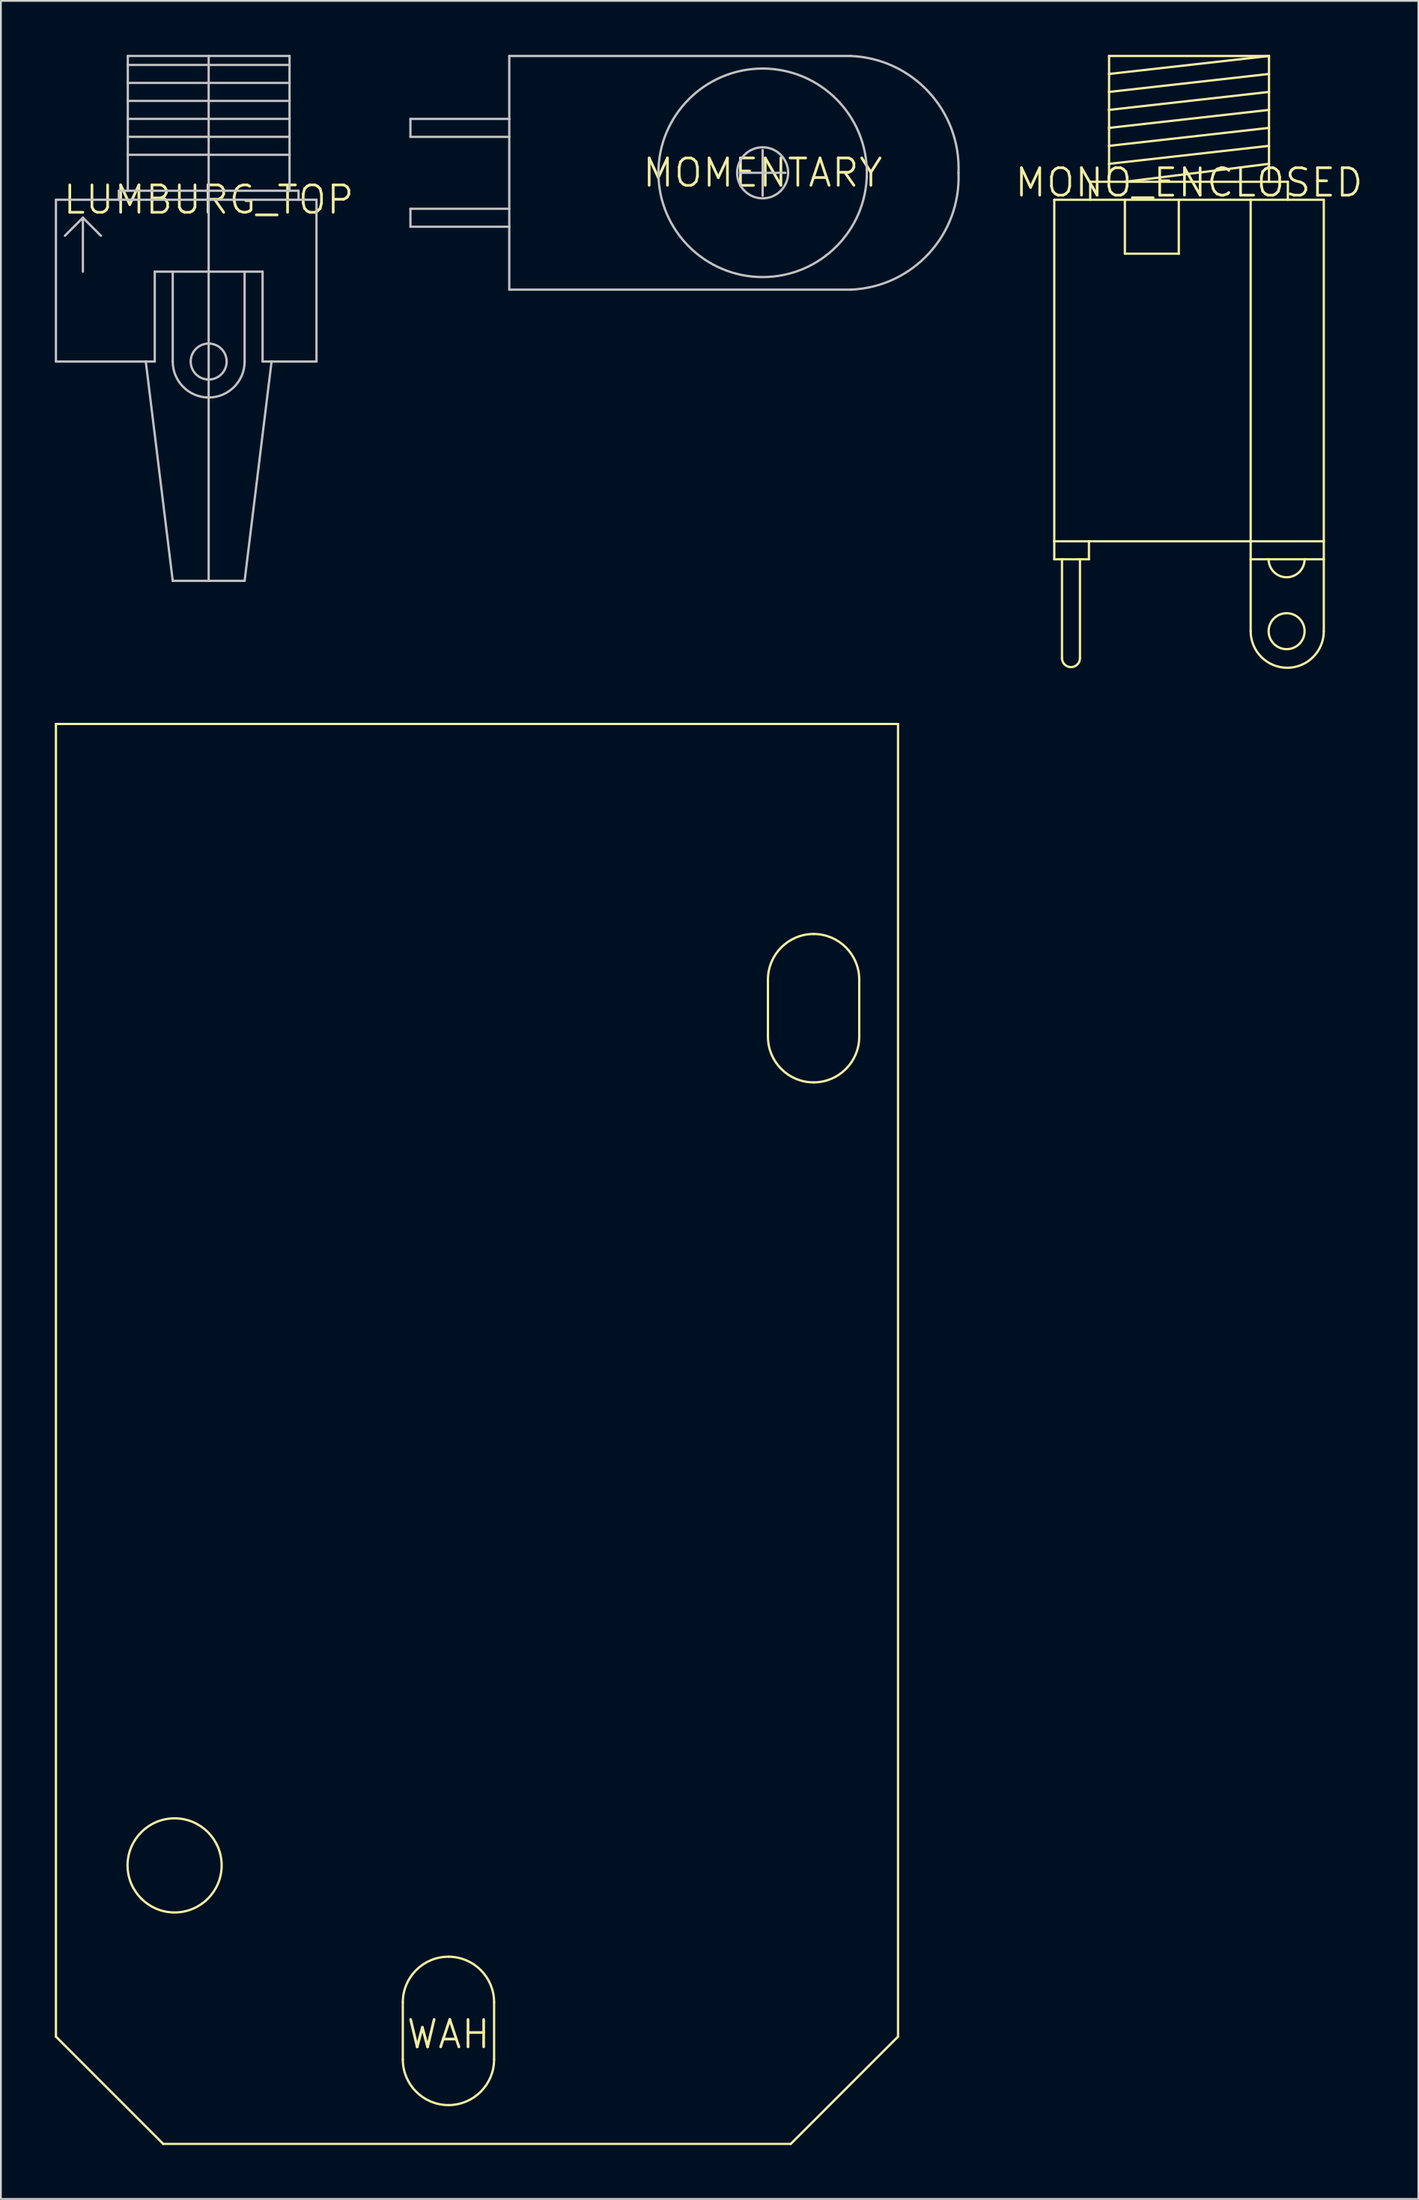
<source format=kicad_pcb>
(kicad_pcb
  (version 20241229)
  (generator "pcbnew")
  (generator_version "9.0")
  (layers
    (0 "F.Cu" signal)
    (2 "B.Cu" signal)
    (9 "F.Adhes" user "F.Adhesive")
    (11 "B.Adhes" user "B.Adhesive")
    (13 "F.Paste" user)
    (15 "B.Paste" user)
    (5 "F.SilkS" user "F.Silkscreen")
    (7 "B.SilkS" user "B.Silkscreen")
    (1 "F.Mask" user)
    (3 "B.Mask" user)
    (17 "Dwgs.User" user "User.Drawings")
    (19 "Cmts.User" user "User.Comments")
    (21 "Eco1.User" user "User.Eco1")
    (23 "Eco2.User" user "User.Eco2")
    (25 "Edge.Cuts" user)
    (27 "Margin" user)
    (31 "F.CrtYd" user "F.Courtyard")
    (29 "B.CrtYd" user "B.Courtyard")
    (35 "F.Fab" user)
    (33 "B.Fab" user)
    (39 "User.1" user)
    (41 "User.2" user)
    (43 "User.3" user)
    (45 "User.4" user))
  (footprint "MOMENTARY"
    (layer "F.Cu")
    (at 39.391 6.564)
    (property "Reference" "MOMENTARY" (at 0 0 0) (layer "F.SilkS") (effects (font (size 1.524 1.524) (thickness 0.15))))
    (attr through_hole)
    (fp_line (start -19.6 -3) (end -19.6 -2) (stroke (width 0.127) (type solid)) (layer "Dwgs.User"))
    (fp_line (start -19.6 -2) (end -14.1 -2) (stroke (width 0.127) (type solid)) (layer "Dwgs.User"))
    (fp_line (start -19.6 2) (end -19.6 3) (stroke (width 0.127) (type solid)) (layer "Dwgs.User"))
    (fp_line (start -19.6 2) (end -14.1 2) (stroke (width 0.127) (type solid)) (layer "Dwgs.User"))
    (fp_line (start -19.6 3) (end -14.1 3) (stroke (width 0.127) (type solid)) (layer "Dwgs.User"))
    (fp_line (start -14.1 -6.5) (end 4.9 -6.5) (stroke (width 0.127) (type solid)) (layer "Dwgs.User"))
    (fp_line (start -14.1 -3) (end -19.6 -3) (stroke (width 0.127) (type solid)) (layer "Dwgs.User"))
    (fp_line (start -14.1 -3) (end -14.1 -6.5) (stroke (width 0.127) (type solid)) (layer "Dwgs.User"))
    (fp_line (start -14.1 -2) (end -14.1 -3) (stroke (width 0.127) (type solid)) (layer "Dwgs.User"))
    (fp_line (start -14.1 2) (end -14.1 -2) (stroke (width 0.127) (type solid)) (layer "Dwgs.User"))
    (fp_line (start -14.1 3) (end -14.1 2) (stroke (width 0.127) (type solid)) (layer "Dwgs.User"))
    (fp_line (start -14.1 6.5) (end -14.1 3) (stroke (width 0.127) (type solid)) (layer "Dwgs.User"))
    (fp_line (start -14.1 6.5) (end 4.9 6.5) (stroke (width 0.127) (type solid)) (layer "Dwgs.User"))
    (fp_line (start -1.27 0) (end 1.27 0) (stroke (width 0.127) (type solid)) (layer "Dwgs.User"))
    (fp_line (start 0 1.27) (end 0 -1.27) (stroke (width 0.127) (type solid)) (layer "Dwgs.User"))
    (fp_arc (start 4.899998 -6.5) (mid 9.246193 -4.492641) (end 10.9 0) (stroke (width 0.127) (type solid)) (layer "Dwgs.User"))
    (fp_arc (start 10.9 -0.000002) (mid 9.246194 4.49264) (end 4.9 6.5) (stroke (width 0.127) (type solid)) (layer "Dwgs.User"))
    (fp_circle (center 0 0) (end 1.42 0) (stroke (width 0.127) (type solid)) (fill no) (layer "Dwgs.User"))
    (fp_circle (center 0 0) (end 5.8 0) (stroke (width 0.127) (type solid)) (fill no) (layer "Dwgs.User")))
  (footprint "MONO_ENCLOSED"
    (layer "F.Cu")
    (at 63.121 7.109)
    (property "Reference" "MONO_ENCLOSED" (at 0 0 0) (layer "F.SilkS") (effects (font (size 1.524 1.524) (thickness 0.15))))
    (attr through_hole)
    (fp_line (start -7.5 0.955) (end -5.5 0.955) (stroke (width 0.127) (type solid)) (layer "F.SilkS"))
    (fp_line (start -7.5 19.955) (end -7.5 0.955) (stroke (width 0.127) (type solid)) (layer "F.SilkS"))
    (fp_line (start -7.5 20.955) (end -7.5 19.955) (stroke (width 0.127) (type solid)) (layer "F.SilkS"))
    (fp_line (start -7.07 20.955) (end -7.5 20.955) (stroke (width 0.127) (type solid)) (layer "F.SilkS"))
    (fp_line (start -7.07 20.955) (end -7.07 26.455) (stroke (width 0.127) (type solid)) (layer "F.SilkS"))
    (fp_line (start -6.07 20.955) (end -7.07 20.955) (stroke (width 0.127) (type solid)) (layer "F.SilkS"))
    (fp_line (start -6.07 20.955) (end -6.07 26.455) (stroke (width 0.127) (type solid)) (layer "F.SilkS"))
    (fp_line (start -5.57 19.955) (end -7.5 19.955) (stroke (width 0.127) (type solid)) (layer "F.SilkS"))
    (fp_line (start -5.57 19.955) (end -5.57 20.955) (stroke (width 0.127) (type solid)) (layer "F.SilkS"))
    (fp_line (start -5.57 20.955) (end -6.07 20.955) (stroke (width 0.127) (type solid)) (layer "F.SilkS"))
    (fp_line (start -5.5 -0.045) (end -4.45 -0.045) (stroke (width 0.127) (type solid)) (layer "F.SilkS"))
    (fp_line (start -5.5 0.955) (end -5.5 -0.045) (stroke (width 0.127) (type solid)) (layer "F.SilkS"))
    (fp_line (start -4.45 -7.045) (end 4.45 -7.045) (stroke (width 0.127) (type solid)) (layer "F.SilkS"))
    (fp_line (start -4.45 -6.045) (end -4.45 -7.045) (stroke (width 0.127) (type solid)) (layer "F.SilkS"))
    (fp_line (start -4.45 -6.045) (end 4.45 -7.045) (stroke (width 0.127) (type solid)) (layer "F.SilkS"))
    (fp_line (start -4.45 -5.045) (end -4.45 -6.045) (stroke (width 0.127) (type solid)) (layer "F.SilkS"))
    (fp_line (start -4.45 -5.045) (end 4.45 -6.045) (stroke (width 0.127) (type solid)) (layer "F.SilkS"))
    (fp_line (start -4.45 -4.045) (end -4.45 -5.045) (stroke (width 0.127) (type solid)) (layer "F.SilkS"))
    (fp_line (start -4.45 -4.045) (end 4.45 -5.045) (stroke (width 0.127) (type solid)) (layer "F.SilkS"))
    (fp_line (start -4.45 -3.045) (end -4.45 -4.045) (stroke (width 0.127) (type solid)) (layer "F.SilkS"))
    (fp_line (start -4.45 -3.045) (end 4.45 -4.045) (stroke (width 0.127) (type solid)) (layer "F.SilkS"))
    (fp_line (start -4.45 -2.045) (end -4.45 -3.045) (stroke (width 0.127) (type solid)) (layer "F.SilkS"))
    (fp_line (start -4.45 -2.045) (end 4.45 -3.045) (stroke (width 0.127) (type solid)) (layer "F.SilkS"))
    (fp_line (start -4.45 -1.045) (end -4.45 -2.045) (stroke (width 0.127) (type solid)) (layer "F.SilkS"))
    (fp_line (start -4.45 -1.045) (end 4.45 -2.045) (stroke (width 0.127) (type solid)) (layer "F.SilkS"))
    (fp_line (start -4.45 -0.045) (end -4.45 -1.045) (stroke (width 0.127) (type solid)) (layer "F.SilkS"))
    (fp_line (start -4.45 -0.045) (end -3.57 -0.045) (stroke (width 0.127) (type solid)) (layer "F.SilkS"))
    (fp_line (start -3.57 -0.045) (end 4.45 -0.045) (stroke (width 0.127) (type solid)) (layer "F.SilkS"))
    (fp_line (start -3.57 0.955) (end -5.5 0.955) (stroke (width 0.127) (type solid)) (layer "F.SilkS"))
    (fp_line (start -3.57 0.955) (end -3.57 3.955) (stroke (width 0.127) (type solid)) (layer "F.SilkS"))
    (fp_line (start -3.57 0.955) (end -0.57 0.955) (stroke (width 0.127) (type solid)) (layer "F.SilkS"))
    (fp_line (start -3.57 3.955) (end -0.57 3.955) (stroke (width 0.127) (type solid)) (layer "F.SilkS"))
    (fp_line (start -0.57 0.955) (end 3.43 0.955) (stroke (width 0.127) (type solid)) (layer "F.SilkS"))
    (fp_line (start -0.57 3.955) (end -0.57 0.955) (stroke (width 0.127) (type solid)) (layer "F.SilkS"))
    (fp_line (start 3.43 19.955) (end -5.57 19.955) (stroke (width 0.127) (type solid)) (layer "F.SilkS"))
    (fp_line (start 3.43 19.955) (end 3.43 0.955) (stroke (width 0.127) (type solid)) (layer "F.SilkS"))
    (fp_line (start 3.43 19.955) (end 7.5 19.955) (stroke (width 0.127) (type solid)) (layer "F.SilkS"))
    (fp_line (start 3.43 20.955) (end 3.43 19.955) (stroke (width 0.127) (type solid)) (layer "F.SilkS"))
    (fp_line (start 3.43 20.955) (end 3.43 24.955) (stroke (width 0.127) (type solid)) (layer "F.SilkS"))
    (fp_line (start 4.43 20.955) (end 3.43 20.955) (stroke (width 0.127) (type solid)) (layer "F.SilkS"))
    (fp_line (start 4.45 -7.045) (end 4.45 -6.045) (stroke (width 0.127) (type solid)) (layer "F.SilkS"))
    (fp_line (start 4.45 -6.045) (end 4.45 -5.045) (stroke (width 0.127) (type solid)) (layer "F.SilkS"))
    (fp_line (start 4.45 -5.045) (end 4.45 -4.045) (stroke (width 0.127) (type solid)) (layer "F.SilkS"))
    (fp_line (start 4.45 -4.045) (end 4.45 -3.045) (stroke (width 0.127) (type solid)) (layer "F.SilkS"))
    (fp_line (start 4.45 -3.045) (end 4.45 -2.045) (stroke (width 0.127) (type solid)) (layer "F.SilkS"))
    (fp_line (start 4.45 -2.045) (end 4.45 -1.045) (stroke (width 0.127) (type solid)) (layer "F.SilkS"))
    (fp_line (start 4.45 -1.045) (end -3.57 -0.045) (stroke (width 0.127) (type solid)) (layer "F.SilkS"))
    (fp_line (start 4.45 -1.045) (end 4.45 -0.045) (stroke (width 0.127) (type solid)) (layer "F.SilkS"))
    (fp_line (start 4.45 -0.045) (end 5.5 -0.045) (stroke (width 0.127) (type solid)) (layer "F.SilkS"))
    (fp_line (start 5.5 -0.045) (end 5.5 0.955) (stroke (width 0.127) (type solid)) (layer "F.SilkS"))
    (fp_line (start 5.5 0.955) (end 3.43 0.955) (stroke (width 0.127) (type solid)) (layer "F.SilkS"))
    (fp_line (start 5.5 0.955) (end 7.5 0.955) (stroke (width 0.127) (type solid)) (layer "F.SilkS"))
    (fp_line (start 6.43 20.955) (end 4.43 20.955) (stroke (width 0.127) (type solid)) (layer "F.SilkS"))
    (fp_line (start 7.5 0.955) (end 7.5 19.955) (stroke (width 0.127) (type solid)) (layer "F.SilkS"))
    (fp_line (start 7.5 19.955) (end 7.5 20.955) (stroke (width 0.127) (type solid)) (layer "F.SilkS"))
    (fp_line (start 7.5 20.955) (end 6.43 20.955) (stroke (width 0.127) (type solid)) (layer "F.SilkS"))
    (fp_line (start 7.5 20.955) (end 7.5 24.955) (stroke (width 0.127) (type solid)) (layer "F.SilkS"))
    (fp_arc (start -6.07 26.455) (mid -6.57 26.955) (end -7.07 26.455) (stroke (width 0.127) (type solid)) (layer "F.SilkS"))
    (fp_arc (start 6.43 20.955) (mid 5.43 21.955) (end 4.43 20.955) (stroke (width 0.127) (type solid)) (layer "F.SilkS"))
    (fp_arc (start 7.5 24.955) (mid 5.465 26.99) (end 3.43 24.955) (stroke (width 0.127) (type solid)) (layer "F.SilkS"))
    (fp_circle (center 5.43 24.955) (end 6.43 24.955) (stroke (width 0.127) (type solid)) (fill no) (layer "F.SilkS")))
  (footprint "WAH"
    (layer "F.Cu")
    (at 21.907 110.124)
    (property "Reference" "WAH" (at 0 0 0) (layer "F.SilkS") (effects (font (size 1.524 1.524) (thickness 0.15))))
    (attr through_hole)
    (fp_line (start -21.844 -72.898) (end -21.844 0) (stroke (width 0.127) (type solid)) (layer "F.SilkS"))
    (fp_line (start -21.844 0) (end -21.844 0.127) (stroke (width 0.127) (type solid)) (layer "F.SilkS"))
    (fp_line (start -21.844 0.127) (end -15.875 6.096) (stroke (width 0.127) (type solid)) (layer "F.SilkS"))
    (fp_line (start -15.875 6.096) (end 19.05 6.096) (stroke (width 0.127) (type solid)) (layer "F.SilkS"))
    (fp_line (start -2.54 1.397) (end -2.54 -1.778) (stroke (width 0.127) (type solid)) (layer "F.SilkS"))
    (fp_line (start 2.54 -1.778) (end 2.54 1.397) (stroke (width 0.127) (type solid)) (layer "F.SilkS"))
    (fp_line (start 17.78 -55.499) (end 17.78 -58.674) (stroke (width 0.127) (type solid)) (layer "F.SilkS"))
    (fp_line (start 19.05 6.096) (end 25.019 0.127) (stroke (width 0.127) (type solid)) (layer "F.SilkS"))
    (fp_line (start 22.86 -58.674) (end 22.86 -55.499) (stroke (width 0.127) (type solid)) (layer "F.SilkS"))
    (fp_line (start 25.019 -72.898) (end -21.844 -72.898) (stroke (width 0.127) (type solid)) (layer "F.SilkS"))
    (fp_line (start 25.019 0.127) (end 25.019 -72.898) (stroke (width 0.127) (type solid)) (layer "F.SilkS"))
    (fp_arc (start -2.54 -1.778) (mid -1.796051 -3.574051) (end 0.000001 -4.317999) (stroke (width 0.127) (type solid)) (layer "F.SilkS"))
    (fp_arc (start 0 -4.318) (mid 1.796052 -3.574051) (end 2.540001 -1.777999) (stroke (width 0.127) (type solid)) (layer "F.SilkS"))
    (fp_arc (start 0 3.937) (mid -1.796052 3.193051) (end -2.540001 1.396999) (stroke (width 0.127) (type solid)) (layer "F.SilkS"))
    (fp_arc (start 2.54 1.397) (mid 1.796051 3.193051) (end -0.000001 3.936999) (stroke (width 0.127) (type solid)) (layer "F.SilkS"))
    (fp_arc (start 17.78 -58.674) (mid 18.523949 -60.470051) (end 20.32 -61.214) (stroke (width 0.127) (type solid)) (layer "F.SilkS"))
    (fp_arc (start 20.32 -61.214) (mid 22.116051 -60.470051) (end 22.86 -58.674) (stroke (width 0.127) (type solid)) (layer "F.SilkS"))
    (fp_arc (start 20.32 -52.959) (mid 18.523949 -53.702949) (end 17.78 -55.499) (stroke (width 0.127) (type solid)) (layer "F.SilkS"))
    (fp_arc (start 22.86 -55.499) (mid 22.116051 -53.702949) (end 20.32 -52.959) (stroke (width 0.127) (type solid)) (layer "F.SilkS"))
    (fp_circle (center -15.24 -9.398) (end -12.622 -9.398) (stroke (width 0.127) (type solid)) (fill no) (layer "F.SilkS")))
  (footprint "LUMBURG_TOP"
    (layer "F.Cu")
    (at 8.563 8.063)
    (property "Reference" "LUMBURG_TOP" (at 0 0 0) (layer "F.SilkS") (effects (font (size 1.524 1.524) (thickness 0.15))))
    (attr through_hole)
    (fp_line (start -8.5 0) (end -8.5 9) (stroke (width 0.127) (type solid)) (layer "Dwgs.User"))
    (fp_line (start -7 1) (end -8 2) (stroke (width 0.127) (type solid)) (layer "Dwgs.User"))
    (fp_line (start -7 1) (end -6 2) (stroke (width 0.127) (type solid)) (layer "Dwgs.User"))
    (fp_line (start -7 4) (end -7 1) (stroke (width 0.127) (type solid)) (layer "Dwgs.User"))
    (fp_line (start -5 -0.5) (end -4.5 -0.5) (stroke (width 0.127) (type solid)) (layer "Dwgs.User"))
    (fp_line (start -5 0) (end -8.5 0) (stroke (width 0.127) (type solid)) (layer "Dwgs.User"))
    (fp_line (start -5 0) (end -5 -0.5) (stroke (width 0.127) (type solid)) (layer "Dwgs.User"))
    (fp_line (start -4.5 -8) (end -4.5 -7.5) (stroke (width 0.127) (type solid)) (layer "Dwgs.User"))
    (fp_line (start -4.5 -7.5) (end -4.5 -6.5) (stroke (width 0.127) (type solid)) (layer "Dwgs.User"))
    (fp_line (start -4.5 -7.5) (end 4.5 -7.5) (stroke (width 0.127) (type solid)) (layer "Dwgs.User"))
    (fp_line (start -4.5 -6.5) (end -4.5 -5.5) (stroke (width 0.127) (type solid)) (layer "Dwgs.User"))
    (fp_line (start -4.5 -6.5) (end 4.5 -6.5) (stroke (width 0.127) (type solid)) (layer "Dwgs.User"))
    (fp_line (start -4.5 -5.5) (end -4.5 -4.5) (stroke (width 0.127) (type solid)) (layer "Dwgs.User"))
    (fp_line (start -4.5 -5.5) (end 4.5 -5.5) (stroke (width 0.127) (type solid)) (layer "Dwgs.User"))
    (fp_line (start -4.5 -4.5) (end -4.5 -3.5) (stroke (width 0.127) (type solid)) (layer "Dwgs.User"))
    (fp_line (start -4.5 -4.5) (end 4.5 -4.5) (stroke (width 0.127) (type solid)) (layer "Dwgs.User"))
    (fp_line (start -4.5 -3.5) (end -4.5 -2.5) (stroke (width 0.127) (type solid)) (layer "Dwgs.User"))
    (fp_line (start -4.5 -3.5) (end 4.5 -3.5) (stroke (width 0.127) (type solid)) (layer "Dwgs.User"))
    (fp_line (start -4.5 -2.5) (end -4.5 -0.5) (stroke (width 0.127) (type solid)) (layer "Dwgs.User"))
    (fp_line (start -4.5 -2.5) (end 4.5 -2.5) (stroke (width 0.127) (type solid)) (layer "Dwgs.User"))
    (fp_line (start -4.5 -0.5) (end 4.5 -0.5) (stroke (width 0.127) (type solid)) (layer "Dwgs.User"))
    (fp_line (start -3.5 9) (end -8.5 9) (stroke (width 0.127) (type solid)) (layer "Dwgs.User"))
    (fp_line (start -3 4) (end -3 9) (stroke (width 0.127) (type solid)) (layer "Dwgs.User"))
    (fp_line (start -3 9) (end -3.5 9) (stroke (width 0.127) (type solid)) (layer "Dwgs.User"))
    (fp_line (start -2 4) (end -3 4) (stroke (width 0.127) (type solid)) (layer "Dwgs.User"))
    (fp_line (start -2 9) (end -2 4) (stroke (width 0.127) (type solid)) (layer "Dwgs.User"))
    (fp_line (start -2 21.2) (end -3.5 9) (stroke (width 0.127) (type solid)) (layer "Dwgs.User"))
    (fp_line (start -2 21.2) (end 0 21.2) (stroke (width 0.127) (type solid)) (layer "Dwgs.User"))
    (fp_line (start 0 -8) (end -4.5 -8) (stroke (width 0.127) (type solid)) (layer "Dwgs.User"))
    (fp_line (start 0 -8) (end 0 21.2) (stroke (width 0.127) (type solid)) (layer "Dwgs.User"))
    (fp_line (start 0 21.2) (end 2 21.2) (stroke (width 0.127) (type solid)) (layer "Dwgs.User"))
    (fp_line (start 2 4) (end -2 4) (stroke (width 0.127) (type solid)) (layer "Dwgs.User"))
    (fp_line (start 2 9) (end 2 4) (stroke (width 0.127) (type solid)) (layer "Dwgs.User"))
    (fp_line (start 2 21.2) (end 3.5 9) (stroke (width 0.127) (type solid)) (layer "Dwgs.User"))
    (fp_line (start 3 4) (end 2 4) (stroke (width 0.127) (type solid)) (layer "Dwgs.User"))
    (fp_line (start 3 9) (end 3 4) (stroke (width 0.127) (type solid)) (layer "Dwgs.User"))
    (fp_line (start 3.5 9) (end 3 9) (stroke (width 0.127) (type solid)) (layer "Dwgs.User"))
    (fp_line (start 4.5 -8) (end 0 -8) (stroke (width 0.127) (type solid)) (layer "Dwgs.User"))
    (fp_line (start 4.5 -7.5) (end 4.5 -8) (stroke (width 0.127) (type solid)) (layer "Dwgs.User"))
    (fp_line (start 4.5 -6.5) (end 4.5 -7.5) (stroke (width 0.127) (type solid)) (layer "Dwgs.User"))
    (fp_line (start 4.5 -5.5) (end 4.5 -6.5) (stroke (width 0.127) (type solid)) (layer "Dwgs.User"))
    (fp_line (start 4.5 -4.5) (end 4.5 -5.5) (stroke (width 0.127) (type solid)) (layer "Dwgs.User"))
    (fp_line (start 4.5 -3.5) (end 4.5 -4.5) (stroke (width 0.127) (type solid)) (layer "Dwgs.User"))
    (fp_line (start 4.5 -2.5) (end 4.5 -3.5) (stroke (width 0.127) (type solid)) (layer "Dwgs.User"))
    (fp_line (start 4.5 -0.5) (end 4.5 -2.5) (stroke (width 0.127) (type solid)) (layer "Dwgs.User"))
    (fp_line (start 4.5 -0.5) (end 5 -0.5) (stroke (width 0.127) (type solid)) (layer "Dwgs.User"))
    (fp_line (start 5 -0.5) (end 5 0) (stroke (width 0.127) (type solid)) (layer "Dwgs.User"))
    (fp_line (start 5 0) (end -5 0) (stroke (width 0.127) (type solid)) (layer "Dwgs.User"))
    (fp_line (start 6 0) (end 5 0) (stroke (width 0.127) (type solid)) (layer "Dwgs.User"))
    (fp_line (start 6 0) (end 6 9) (stroke (width 0.127) (type solid)) (layer "Dwgs.User"))
    (fp_line (start 6 9) (end 3.5 9) (stroke (width 0.127) (type solid)) (layer "Dwgs.User"))
    (fp_arc (start 2 9) (mid 0 11) (end -2 9) (stroke (width 0.127) (type solid)) (layer "Dwgs.User"))
    (fp_circle (center 0 9) (end 1 9) (stroke (width 0.127) (type solid)) (fill no) (layer "Dwgs.User")))
  (gr_rect
    (start -3 -3)
    (end 75.882 119.283)
    (stroke (width 0.1) (type default))
    (fill no)
    (layer "Edge.Cuts")))
</source>
